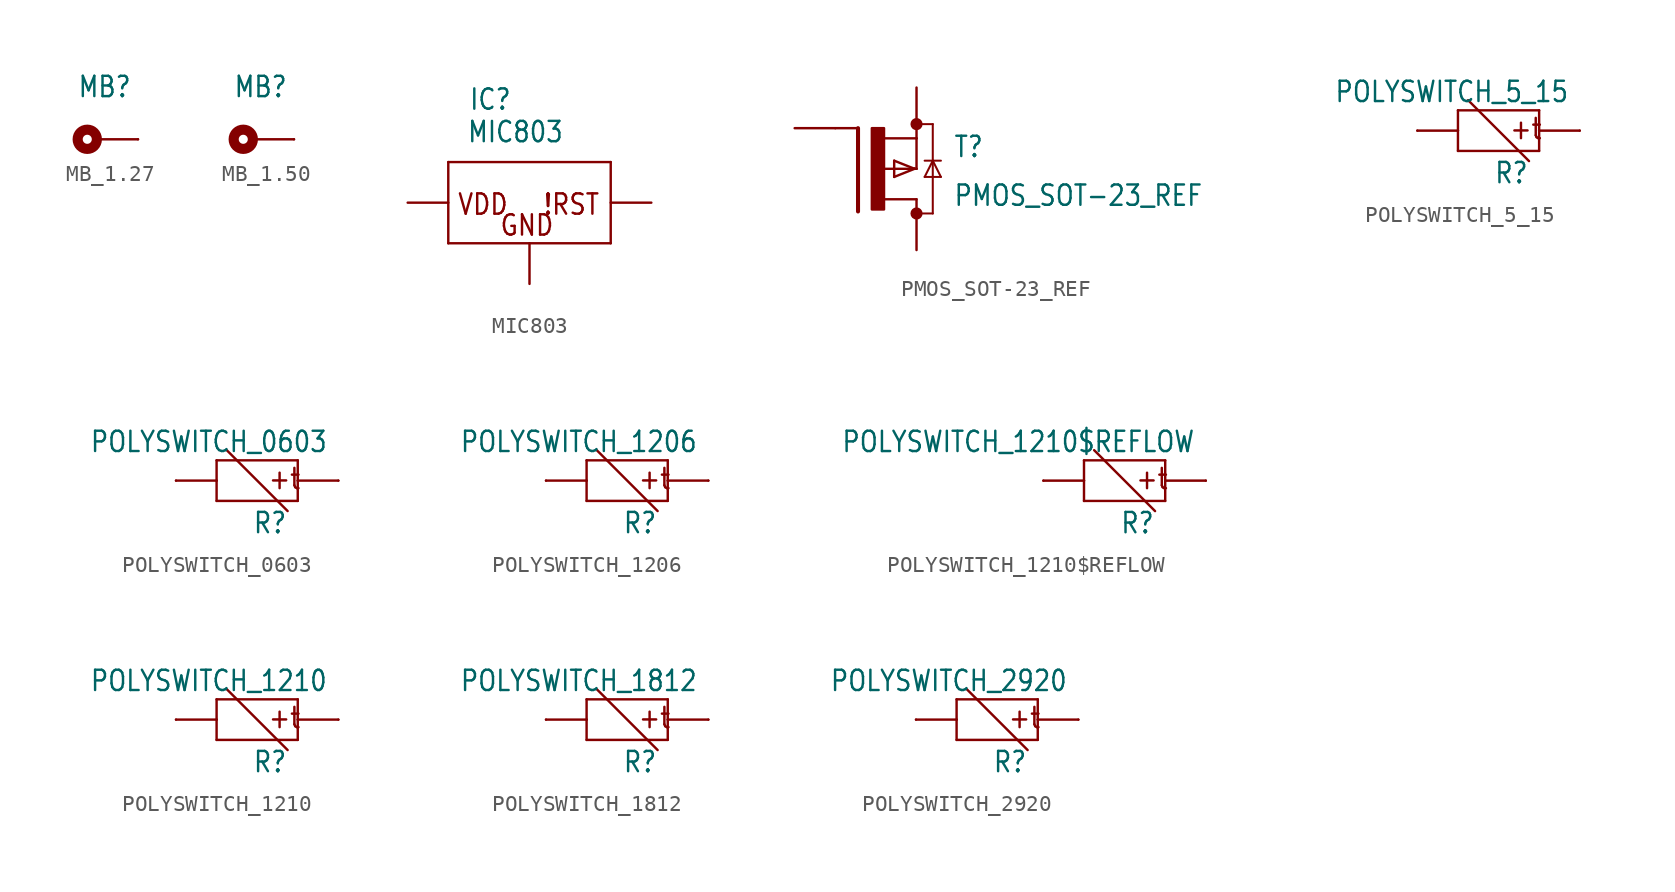
<source format=kicad_sym>
(kicad_symbol_lib
  (version 20201005)
  (generator kicad_symbol_editor)
  (symbol "MB_1.27"
    (property "Reference" "MB"
      (at -1.27 2.54 0)
      (effects (font (size 1.27 1.079)) (justify left bottom)))
    (property "ki_locked" ""
      (at 0 0 0)
      (effects (font (size 1.27 1.27))))
    (symbol "MB_1.27_1_0"
      (circle (center -0.635 0) (radius 0.635) (stroke (width 0.152)) (fill (type none)))
      (circle (center -0.635 0) (radius 0.284) (stroke (width 0.635)) (fill (type none)))
      (polyline (pts (xy 2.54 0) (xy 0 0)) (stroke (width 0.152)) (fill (type none)))
      (pin passive line (at 2.54 0 180) (length 0) (name "1" (effects (font (size 0 0)))) (number "1" (effects (font (size 0 0)))))))
  (symbol "MB_1.50"
    (property "Reference" "MB"
      (at -1.27 2.54 0)
      (effects (font (size 1.27 1.079)) (justify left bottom)))
    (property "ki_locked" ""
      (at 0 0 0)
      (effects (font (size 1.27 1.27))))
    (symbol "MB_1.50_1_0"
      (circle (center -0.635 0) (radius 0.635) (stroke (width 0.152)) (fill (type none)))
      (circle (center -0.635 0) (radius 0.284) (stroke (width 0.635)) (fill (type none)))
      (polyline (pts (xy 2.54 0) (xy 0 0)) (stroke (width 0.152)) (fill (type none)))
      (pin passive line (at 2.54 0 180) (length 0) (name "1" (effects (font (size 0 0)))) (number "1" (effects (font (size 0 0)))))))
  (symbol "MIC803"
    (property "Reference" "IC"
      (at -3.81 5.715 0)
      (effects (font (size 1.27 1.079)) (justify left bottom)))
    (property "Value" "MIC803"
      (at -3.937 3.683 0)
      (effects (font (size 1.27 1.079)) (justify left bottom)))
    (property "ki_locked" ""
      (at 0 0 0)
      (effects (font (size 1.27 1.27))))
    (symbol "MIC803_1_0"
      (text "VDD" (at -1.27 0.635 0) (effects (font (size 1.27 1.079)) (justify right top)))
      (text "!RST" (at 4.445 0.635 0) (effects (font (size 1.27 1.079)) (justify right top)))
      (text "GND" (at -1.905 -2.159 0) (effects (font (size 1.27 1.079)) (justify left bottom)))
      (polyline (pts (xy -5.08 2.54) (xy 5.08 2.54)) (stroke (width 0.152)) (fill (type none)))
      (polyline (pts (xy 5.08 -2.54) (xy 5.08 2.54)) (stroke (width 0.152)) (fill (type none)))
      (polyline (pts (xy 5.08 -2.54) (xy -5.08 -2.54)) (stroke (width 0.152)) (fill (type none)))
      (polyline (pts (xy -5.08 2.54) (xy -5.08 -2.54)) (stroke (width 0.152)) (fill (type none)))
      (pin passive line (at -7.62 0 0) (length 2.54) (name "VDD" (effects (font (size 0 0)))) (number "3" (effects (font (size 0 0)))))
      (pin passive line (at 7.62 0 180) (length 2.54) (name "RES" (effects (font (size 0 0)))) (number "2" (effects (font (size 0 0)))))
      (pin passive line (at 0 -5.08 90) (length 2.54) (name "GND" (effects (font (size 0 0)))) (number "1" (effects (font (size 0 0)))))))
  (symbol "PMOS_SOT-23_REF"
    (property "Reference" "T"
      (at 4.826 0.635 0)
      (effects (font (size 1.27 1.079)) (justify left bottom)))
    (property "Value" "PMOS_SOT-23_REF"
      (at 4.826 -2.413 0)
      (effects (font (size 1.27 1.079)) (justify left bottom)))
    (property "ki_locked" ""
      (at 0 0 0)
      (effects (font (size 1.27 1.27))))
    (symbol "PMOS_SOT-23_REF_1_0"
      (circle (center 2.54 -2.794) (radius 0) (stroke (width 0.381)) (fill (type none)))
      (circle (center 2.54 2.794) (radius 0) (stroke (width 0.381)) (fill (type none)))
      (rectangle (start -0.254 -2.54) (end 0.508 2.54) (stroke (width 0)) (fill (type outline)))
      (polyline (pts (xy -1.118 -2.667) (xy -1.118 2.54)) (stroke (width 0.254)) (fill (type none)))
      (polyline (pts (xy -1.118 2.54) (xy -2.54 2.54)) (stroke (width 0.152)) (fill (type none)))
      (polyline (pts (xy 2.413 0) (xy 1.143 0.508)) (stroke (width 0.152)) (fill (type none)))
      (polyline (pts (xy 1.143 0.508) (xy 1.143 -0.508)) (stroke (width 0.152)) (fill (type none)))
      (polyline (pts (xy 1.143 -0.508) (xy 2.413 0)) (stroke (width 0.152)) (fill (type none)))
      (polyline (pts (xy 2.413 0) (xy 2.54 0)) (stroke (width 0.152)) (fill (type none)))
      (polyline (pts (xy 0 0) (xy 2.413 0)) (stroke (width 0.152)) (fill (type none)))
      (polyline (pts (xy 2.54 1.905) (xy 0.533 1.905)) (stroke (width 0.152)) (fill (type none)))
      (polyline (pts (xy 2.54 2.54) (xy 2.54 1.905)) (stroke (width 0.152)) (fill (type none)))
      (polyline (pts (xy 2.413 0) (xy 2.54 0)) (stroke (width 0.152)) (fill (type none)))
      (polyline (pts (xy 0.508 -1.905) (xy 2.54 -1.905)) (stroke (width 0.152)) (fill (type none)))
      (polyline (pts (xy 2.54 0) (xy 2.54 1.905)) (stroke (width 0.152)) (fill (type none)))
      (polyline (pts (xy 2.54 -2.54) (xy 2.54 -1.905)) (stroke (width 0.152)) (fill (type none)))
      (polyline (pts (xy 2.54 -2.794) (xy 3.556 -2.794)) (stroke (width 0.127)) (fill (type none)))
      (polyline (pts (xy 3.556 -2.794) (xy 3.556 0.508)) (stroke (width 0.127)) (fill (type none)))
      (polyline (pts (xy 3.556 0.508) (xy 3.556 2.794)) (stroke (width 0.127)) (fill (type none)))
      (polyline (pts (xy 3.556 0.508) (xy 3.048 -0.508)) (stroke (width 0.127)) (fill (type none)))
      (polyline (pts (xy 3.048 -0.508) (xy 4.064 -0.508)) (stroke (width 0.127)) (fill (type none)))
      (polyline (pts (xy 4.064 -0.508) (xy 3.556 0.508)) (stroke (width 0.127)) (fill (type none)))
      (polyline (pts (xy 3.048 0.508) (xy 3.556 0.508)) (stroke (width 0.127)) (fill (type none)))
      (polyline (pts (xy 3.556 0.508) (xy 4.064 0.508)) (stroke (width 0.127)) (fill (type none)))
      (polyline (pts (xy 2.54 2.794) (xy 3.556 2.794)) (stroke (width 0.127)) (fill (type none)))
      (pin input line (at -5.08 2.54 0) (length 2.54) (name "G" (effects (font (size 0 0)))) (number "2" (effects (font (size 0 0)))))
      (pin passive line (at 2.54 -5.08 90) (length 2.54) (name "D" (effects (font (size 0 0)))) (number "3" (effects (font (size 0 0)))))
      (pin passive line (at 2.54 5.08 270) (length 2.54) (name "S" (effects (font (size 0 0)))) (number "1" (effects (font (size 0 0)))))))
  (symbol "POLYSWITCH_5_15"
    (property "Reference" "R"
      (at 1.905 -1.905 0)
      (effects (font (size 1.27 1.079)) (justify right top)))
    (property "Value" "POLYSWITCH_5_15"
      (at 4.445 3.175 0)
      (effects (font (size 1.27 1.079)) (justify right top)))
    (property "ki_locked" ""
      (at 0 0 0)
      (effects (font (size 1.27 1.27))))
    (symbol "POLYSWITCH_5_15_1_0"
      (text "+t" (at 0.635 -0.635 0) (effects (font (size 1.27 1.079)) (justify left bottom)))
      (polyline (pts (xy 5.08 0) (xy 2.54 0)) (stroke (width 0.152)) (fill (type none)))
      (polyline (pts (xy -2.54 0) (xy -5.08 0)) (stroke (width 0.152)) (fill (type none)))
      (polyline (pts (xy 2.54 -1.27) (xy 2.54 0)) (stroke (width 0.152)) (fill (type none)))
      (polyline (pts (xy 2.54 0) (xy 2.54 1.27)) (stroke (width 0.152)) (fill (type none)))
      (polyline (pts (xy 2.54 1.27) (xy -2.54 1.27)) (stroke (width 0.152)) (fill (type none)))
      (polyline (pts (xy -2.54 1.27) (xy -2.54 0)) (stroke (width 0.152)) (fill (type none)))
      (polyline (pts (xy -2.54 0) (xy -2.54 -1.27)) (stroke (width 0.152)) (fill (type none)))
      (polyline (pts (xy -2.54 -1.27) (xy 2.54 -1.27)) (stroke (width 0.152)) (fill (type none)))
      (polyline (pts (xy -1.905 1.905) (xy 1.905 -1.905)) (stroke (width 0.152)) (fill (type none)))
      (pin passive line (at 5.08 0 180) (length 0) (name "1" (effects (font (size 0 0)))) (number "P$1" (effects (font (size 0 0)))))
      (pin passive line (at -5.08 0 0) (length 0) (name "2" (effects (font (size 0 0)))) (number "P$2" (effects (font (size 0 0)))))))
  (symbol "POLYSWITCH_0603"
    (property "Reference" "R"
      (at 1.905 -1.905 0)
      (effects (font (size 1.27 1.079)) (justify right top)))
    (property "Value" "POLYSWITCH_0603"
      (at 4.445 3.175 0)
      (effects (font (size 1.27 1.079)) (justify right top)))
    (property "ki_locked" ""
      (at 0 0 0)
      (effects (font (size 1.27 1.27))))
    (symbol "POLYSWITCH_0603_1_0"
      (text "+t" (at 0.635 -0.635 0) (effects (font (size 1.27 1.079)) (justify left bottom)))
      (polyline (pts (xy 5.08 0) (xy 2.54 0)) (stroke (width 0.152)) (fill (type none)))
      (polyline (pts (xy -2.54 0) (xy -5.08 0)) (stroke (width 0.152)) (fill (type none)))
      (polyline (pts (xy 2.54 -1.27) (xy 2.54 0)) (stroke (width 0.152)) (fill (type none)))
      (polyline (pts (xy 2.54 0) (xy 2.54 1.27)) (stroke (width 0.152)) (fill (type none)))
      (polyline (pts (xy 2.54 1.27) (xy -2.54 1.27)) (stroke (width 0.152)) (fill (type none)))
      (polyline (pts (xy -2.54 1.27) (xy -2.54 0)) (stroke (width 0.152)) (fill (type none)))
      (polyline (pts (xy -2.54 0) (xy -2.54 -1.27)) (stroke (width 0.152)) (fill (type none)))
      (polyline (pts (xy -2.54 -1.27) (xy 2.54 -1.27)) (stroke (width 0.152)) (fill (type none)))
      (polyline (pts (xy -1.905 1.905) (xy 1.905 -1.905)) (stroke (width 0.152)) (fill (type none)))
      (pin passive line (at 5.08 0 180) (length 0) (name "1" (effects (font (size 0 0)))) (number "1" (effects (font (size 0 0)))))
      (pin passive line (at -5.08 0 0) (length 0) (name "2" (effects (font (size 0 0)))) (number "2" (effects (font (size 0 0)))))))
  (symbol "POLYSWITCH_1206"
    (property "Reference" "R"
      (at 1.905 -1.905 0)
      (effects (font (size 1.27 1.079)) (justify right top)))
    (property "Value" "POLYSWITCH_1206"
      (at 4.445 3.175 0)
      (effects (font (size 1.27 1.079)) (justify right top)))
    (property "ki_locked" ""
      (at 0 0 0)
      (effects (font (size 1.27 1.27))))
    (symbol "POLYSWITCH_1206_1_0"
      (text "+t" (at 0.635 -0.635 0) (effects (font (size 1.27 1.079)) (justify left bottom)))
      (polyline (pts (xy 5.08 0) (xy 2.54 0)) (stroke (width 0.152)) (fill (type none)))
      (polyline (pts (xy -2.54 0) (xy -5.08 0)) (stroke (width 0.152)) (fill (type none)))
      (polyline (pts (xy 2.54 -1.27) (xy 2.54 0)) (stroke (width 0.152)) (fill (type none)))
      (polyline (pts (xy 2.54 0) (xy 2.54 1.27)) (stroke (width 0.152)) (fill (type none)))
      (polyline (pts (xy 2.54 1.27) (xy -2.54 1.27)) (stroke (width 0.152)) (fill (type none)))
      (polyline (pts (xy -2.54 1.27) (xy -2.54 0)) (stroke (width 0.152)) (fill (type none)))
      (polyline (pts (xy -2.54 0) (xy -2.54 -1.27)) (stroke (width 0.152)) (fill (type none)))
      (polyline (pts (xy -2.54 -1.27) (xy 2.54 -1.27)) (stroke (width 0.152)) (fill (type none)))
      (polyline (pts (xy -1.905 1.905) (xy 1.905 -1.905)) (stroke (width 0.152)) (fill (type none)))
      (pin passive line (at 5.08 0 180) (length 0) (name "1" (effects (font (size 0 0)))) (number "1" (effects (font (size 0 0)))))
      (pin passive line (at -5.08 0 0) (length 0) (name "2" (effects (font (size 0 0)))) (number "2" (effects (font (size 0 0)))))))
  (symbol "POLYSWITCH_1210$REFLOW"
    (property "Reference" "R"
      (at 1.905 -1.905 0)
      (effects (font (size 1.27 1.079)) (justify right top)))
    (property "Value" "POLYSWITCH_1210$REFLOW"
      (at 4.445 3.175 0)
      (effects (font (size 1.27 1.079)) (justify right top)))
    (property "ki_locked" ""
      (at 0 0 0)
      (effects (font (size 1.27 1.27))))
    (symbol "POLYSWITCH_1210$REFLOW_1_0"
      (text "+t" (at 0.635 -0.635 0) (effects (font (size 1.27 1.079)) (justify left bottom)))
      (polyline (pts (xy 5.08 0) (xy 2.54 0)) (stroke (width 0.152)) (fill (type none)))
      (polyline (pts (xy -2.54 0) (xy -5.08 0)) (stroke (width 0.152)) (fill (type none)))
      (polyline (pts (xy 2.54 -1.27) (xy 2.54 0)) (stroke (width 0.152)) (fill (type none)))
      (polyline (pts (xy 2.54 0) (xy 2.54 1.27)) (stroke (width 0.152)) (fill (type none)))
      (polyline (pts (xy 2.54 1.27) (xy -2.54 1.27)) (stroke (width 0.152)) (fill (type none)))
      (polyline (pts (xy -2.54 1.27) (xy -2.54 0)) (stroke (width 0.152)) (fill (type none)))
      (polyline (pts (xy -2.54 0) (xy -2.54 -1.27)) (stroke (width 0.152)) (fill (type none)))
      (polyline (pts (xy -2.54 -1.27) (xy 2.54 -1.27)) (stroke (width 0.152)) (fill (type none)))
      (polyline (pts (xy -1.905 1.905) (xy 1.905 -1.905)) (stroke (width 0.152)) (fill (type none)))
      (pin passive line (at 5.08 0 180) (length 0) (name "1" (effects (font (size 0 0)))) (number "1" (effects (font (size 0 0)))))
      (pin passive line (at -5.08 0 0) (length 0) (name "2" (effects (font (size 0 0)))) (number "2" (effects (font (size 0 0)))))))
  (symbol "POLYSWITCH_1210"
    (property "Reference" "R"
      (at 1.905 -1.905 0)
      (effects (font (size 1.27 1.079)) (justify right top)))
    (property "Value" "POLYSWITCH_1210"
      (at 4.445 3.175 0)
      (effects (font (size 1.27 1.079)) (justify right top)))
    (property "ki_locked" ""
      (at 0 0 0)
      (effects (font (size 1.27 1.27))))
    (symbol "POLYSWITCH_1210_1_0"
      (text "+t" (at 0.635 -0.635 0) (effects (font (size 1.27 1.079)) (justify left bottom)))
      (polyline (pts (xy 5.08 0) (xy 2.54 0)) (stroke (width 0.152)) (fill (type none)))
      (polyline (pts (xy -2.54 0) (xy -5.08 0)) (stroke (width 0.152)) (fill (type none)))
      (polyline (pts (xy 2.54 -1.27) (xy 2.54 0)) (stroke (width 0.152)) (fill (type none)))
      (polyline (pts (xy 2.54 0) (xy 2.54 1.27)) (stroke (width 0.152)) (fill (type none)))
      (polyline (pts (xy 2.54 1.27) (xy -2.54 1.27)) (stroke (width 0.152)) (fill (type none)))
      (polyline (pts (xy -2.54 1.27) (xy -2.54 0)) (stroke (width 0.152)) (fill (type none)))
      (polyline (pts (xy -2.54 0) (xy -2.54 -1.27)) (stroke (width 0.152)) (fill (type none)))
      (polyline (pts (xy -2.54 -1.27) (xy 2.54 -1.27)) (stroke (width 0.152)) (fill (type none)))
      (polyline (pts (xy -1.905 1.905) (xy 1.905 -1.905)) (stroke (width 0.152)) (fill (type none)))
      (pin passive line (at 5.08 0 180) (length 0) (name "1" (effects (font (size 0 0)))) (number "1" (effects (font (size 0 0)))))
      (pin passive line (at -5.08 0 0) (length 0) (name "2" (effects (font (size 0 0)))) (number "2" (effects (font (size 0 0)))))))
  (symbol "POLYSWITCH_1812"
    (property "Reference" "R"
      (at 1.905 -1.905 0)
      (effects (font (size 1.27 1.079)) (justify right top)))
    (property "Value" "POLYSWITCH_1812"
      (at 4.445 3.175 0)
      (effects (font (size 1.27 1.079)) (justify right top)))
    (property "ki_locked" ""
      (at 0 0 0)
      (effects (font (size 1.27 1.27))))
    (symbol "POLYSWITCH_1812_1_0"
      (text "+t" (at 0.635 -0.635 0) (effects (font (size 1.27 1.079)) (justify left bottom)))
      (polyline (pts (xy 5.08 0) (xy 2.54 0)) (stroke (width 0.152)) (fill (type none)))
      (polyline (pts (xy -2.54 0) (xy -5.08 0)) (stroke (width 0.152)) (fill (type none)))
      (polyline (pts (xy 2.54 -1.27) (xy 2.54 0)) (stroke (width 0.152)) (fill (type none)))
      (polyline (pts (xy 2.54 0) (xy 2.54 1.27)) (stroke (width 0.152)) (fill (type none)))
      (polyline (pts (xy 2.54 1.27) (xy -2.54 1.27)) (stroke (width 0.152)) (fill (type none)))
      (polyline (pts (xy -2.54 1.27) (xy -2.54 0)) (stroke (width 0.152)) (fill (type none)))
      (polyline (pts (xy -2.54 0) (xy -2.54 -1.27)) (stroke (width 0.152)) (fill (type none)))
      (polyline (pts (xy -2.54 -1.27) (xy 2.54 -1.27)) (stroke (width 0.152)) (fill (type none)))
      (polyline (pts (xy -1.905 1.905) (xy 1.905 -1.905)) (stroke (width 0.152)) (fill (type none)))
      (pin passive line (at 5.08 0 180) (length 0) (name "1" (effects (font (size 0 0)))) (number "1" (effects (font (size 0 0)))))
      (pin passive line (at -5.08 0 0) (length 0) (name "2" (effects (font (size 0 0)))) (number "2" (effects (font (size 0 0)))))))
  (symbol "POLYSWITCH_2920"
    (property "Reference" "R"
      (at 1.905 -1.905 0)
      (effects (font (size 1.27 1.079)) (justify right top)))
    (property "Value" "POLYSWITCH_2920"
      (at 4.445 3.175 0)
      (effects (font (size 1.27 1.079)) (justify right top)))
    (property "ki_locked" ""
      (at 0 0 0)
      (effects (font (size 1.27 1.27))))
    (symbol "POLYSWITCH_2920_1_0"
      (text "+t" (at 0.635 -0.635 0) (effects (font (size 1.27 1.079)) (justify left bottom)))
      (polyline (pts (xy 5.08 0) (xy 2.54 0)) (stroke (width 0.152)) (fill (type none)))
      (polyline (pts (xy -2.54 0) (xy -5.08 0)) (stroke (width 0.152)) (fill (type none)))
      (polyline (pts (xy 2.54 -1.27) (xy 2.54 0)) (stroke (width 0.152)) (fill (type none)))
      (polyline (pts (xy 2.54 0) (xy 2.54 1.27)) (stroke (width 0.152)) (fill (type none)))
      (polyline (pts (xy 2.54 1.27) (xy -2.54 1.27)) (stroke (width 0.152)) (fill (type none)))
      (polyline (pts (xy -2.54 1.27) (xy -2.54 0)) (stroke (width 0.152)) (fill (type none)))
      (polyline (pts (xy -2.54 0) (xy -2.54 -1.27)) (stroke (width 0.152)) (fill (type none)))
      (polyline (pts (xy -2.54 -1.27) (xy 2.54 -1.27)) (stroke (width 0.152)) (fill (type none)))
      (polyline (pts (xy -1.905 1.905) (xy 1.905 -1.905)) (stroke (width 0.152)) (fill (type none)))
      (pin passive line (at 5.08 0 180) (length 0) (name "1" (effects (font (size 0 0)))) (number "1" (effects (font (size 0 0)))))
      (pin passive line (at -5.08 0 0) (length 0) (name "2" (effects (font (size 0 0)))) (number "2" (effects (font (size 0 0))))))))
</source>
